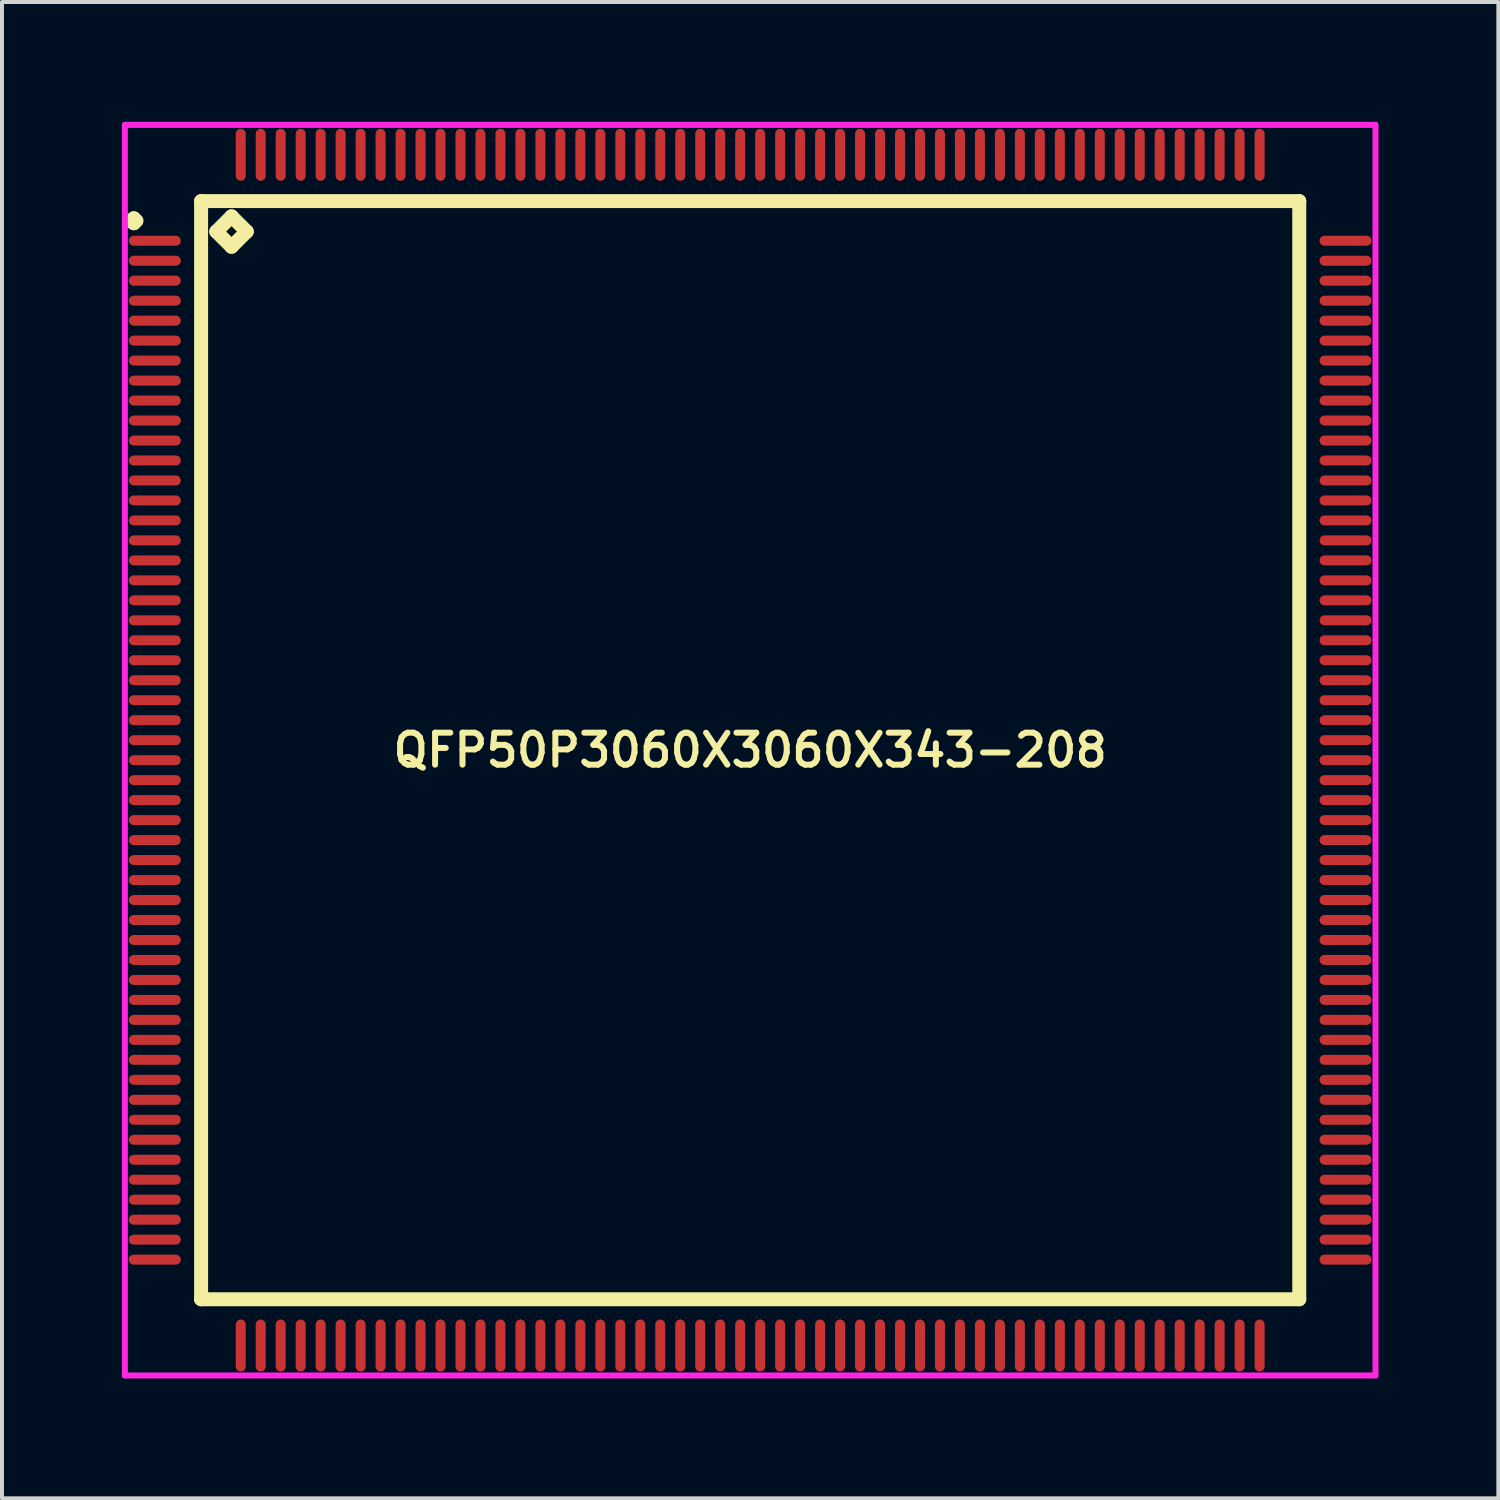
<source format=kicad_pcb>
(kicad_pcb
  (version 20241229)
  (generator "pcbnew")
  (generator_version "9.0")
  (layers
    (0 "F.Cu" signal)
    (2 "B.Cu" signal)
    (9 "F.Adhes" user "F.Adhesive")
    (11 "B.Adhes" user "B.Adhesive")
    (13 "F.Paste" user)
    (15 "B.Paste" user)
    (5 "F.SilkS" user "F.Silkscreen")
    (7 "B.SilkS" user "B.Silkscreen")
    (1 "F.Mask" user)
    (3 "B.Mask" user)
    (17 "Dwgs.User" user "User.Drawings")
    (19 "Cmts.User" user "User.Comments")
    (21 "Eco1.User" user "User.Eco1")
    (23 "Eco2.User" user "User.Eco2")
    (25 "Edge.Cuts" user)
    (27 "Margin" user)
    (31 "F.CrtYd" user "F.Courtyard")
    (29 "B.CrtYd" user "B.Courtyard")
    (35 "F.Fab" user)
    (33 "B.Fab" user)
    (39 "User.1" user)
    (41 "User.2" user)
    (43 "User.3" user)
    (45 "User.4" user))
  (footprint "QFP50P3060X3060X343-208"
    (layer "F.Cu")
    (at 15.725 15.725)
    (property "Reference" "QFP50P3060X3060X343-208" (at 0 0 0) (layer "F.SilkS") (effects (font (size 0.8 0.8) (thickness 0.15))))
    (attr smd)
    (fp_line (start -15.488 -13.25) (end -15.425 -13.312) (stroke (width 0.35) (type solid)) (layer "F.SilkS"))
    (fp_line (start -15.425 -13.312) (end -15.363 -13.25) (stroke (width 0.35) (type solid)) (layer "F.SilkS"))
    (fp_line (start -15.425 -13.188) (end -15.488 -13.25) (stroke (width 0.35) (type solid)) (layer "F.SilkS"))
    (fp_line (start -15.363 -13.25) (end -15.425 -13.188) (stroke (width 0.35) (type solid)) (layer "F.SilkS"))
    (fp_line (start -13.742 -13.742) (end -13.742 13.742) (stroke (width 0.35) (type solid)) (layer "F.SilkS"))
    (fp_line (start -13.742 13.742) (end 13.742 13.742) (stroke (width 0.35) (type solid)) (layer "F.SilkS"))
    (fp_line (start -13.361 -12.98) (end -12.98 -13.361) (stroke (width 0.35) (type solid)) (layer "F.SilkS"))
    (fp_line (start -12.98 -13.361) (end -12.599 -12.98) (stroke (width 0.35) (type solid)) (layer "F.SilkS"))
    (fp_line (start -12.98 -12.599) (end -13.361 -12.98) (stroke (width 0.35) (type solid)) (layer "F.SilkS"))
    (fp_line (start -12.599 -12.98) (end -12.98 -12.599) (stroke (width 0.35) (type solid)) (layer "F.SilkS"))
    (fp_line (start 13.742 -13.742) (end -13.742 -13.742) (stroke (width 0.35) (type solid)) (layer "F.SilkS"))
    (fp_line (start 13.742 13.742) (end 13.742 -13.742) (stroke (width 0.35) (type solid)) (layer "F.SilkS"))
    (fp_line (start -15.65 -15.65) (end 15.65 -15.65) (stroke (width 0.15) (type solid)) (layer "F.CrtYd"))
    (fp_line (start -15.65 15.65) (end -15.65 -15.65) (stroke (width 0.15) (type solid)) (layer "F.CrtYd"))
    (fp_line (start 15.65 -15.65) (end 15.65 15.65) (stroke (width 0.15) (type solid)) (layer "F.CrtYd"))
    (fp_line (start 15.65 15.65) (end -15.65 15.65) (stroke (width 0.15) (type solid)) (layer "F.CrtYd"))
    (pad "1" smd oval (at -14.9 -12.75) (size 1.3 0.25) (layers "F.Cu" "F.Mask" "F.Paste"))
    (pad "2" smd oval (at -14.9 -12.25) (size 1.3 0.25) (layers "F.Cu" "F.Mask" "F.Paste"))
    (pad "3" smd oval (at -14.9 -11.75) (size 1.3 0.25) (layers "F.Cu" "F.Mask" "F.Paste"))
    (pad "4" smd oval (at -14.9 -11.25) (size 1.3 0.25) (layers "F.Cu" "F.Mask" "F.Paste"))
    (pad "5" smd oval (at -14.9 -10.75) (size 1.3 0.25) (layers "F.Cu" "F.Mask" "F.Paste"))
    (pad "6" smd oval (at -14.9 -10.25) (size 1.3 0.25) (layers "F.Cu" "F.Mask" "F.Paste"))
    (pad "7" smd oval (at -14.9 -9.75) (size 1.3 0.25) (layers "F.Cu" "F.Mask" "F.Paste"))
    (pad "8" smd oval (at -14.9 -9.25) (size 1.3 0.25) (layers "F.Cu" "F.Mask" "F.Paste"))
    (pad "9" smd oval (at -14.9 -8.75) (size 1.3 0.25) (layers "F.Cu" "F.Mask" "F.Paste"))
    (pad "10" smd oval (at -14.9 -8.25) (size 1.3 0.25) (layers "F.Cu" "F.Mask" "F.Paste"))
    (pad "11" smd oval (at -14.9 -7.75) (size 1.3 0.25) (layers "F.Cu" "F.Mask" "F.Paste"))
    (pad "12" smd oval (at -14.9 -7.25) (size 1.3 0.25) (layers "F.Cu" "F.Mask" "F.Paste"))
    (pad "13" smd oval (at -14.9 -6.75) (size 1.3 0.25) (layers "F.Cu" "F.Mask" "F.Paste"))
    (pad "14" smd oval (at -14.9 -6.25) (size 1.3 0.25) (layers "F.Cu" "F.Mask" "F.Paste"))
    (pad "15" smd oval (at -14.9 -5.75) (size 1.3 0.25) (layers "F.Cu" "F.Mask" "F.Paste"))
    (pad "16" smd oval (at -14.9 -5.25) (size 1.3 0.25) (layers "F.Cu" "F.Mask" "F.Paste"))
    (pad "17" smd oval (at -14.9 -4.75) (size 1.3 0.25) (layers "F.Cu" "F.Mask" "F.Paste"))
    (pad "18" smd oval (at -14.9 -4.25) (size 1.3 0.25) (layers "F.Cu" "F.Mask" "F.Paste"))
    (pad "19" smd oval (at -14.9 -3.75) (size 1.3 0.25) (layers "F.Cu" "F.Mask" "F.Paste"))
    (pad "20" smd oval (at -14.9 -3.25) (size 1.3 0.25) (layers "F.Cu" "F.Mask" "F.Paste"))
    (pad "21" smd oval (at -14.9 -2.75) (size 1.3 0.25) (layers "F.Cu" "F.Mask" "F.Paste"))
    (pad "22" smd oval (at -14.9 -2.25) (size 1.3 0.25) (layers "F.Cu" "F.Mask" "F.Paste"))
    (pad "23" smd oval (at -14.9 -1.75) (size 1.3 0.25) (layers "F.Cu" "F.Mask" "F.Paste"))
    (pad "24" smd oval (at -14.9 -1.25) (size 1.3 0.25) (layers "F.Cu" "F.Mask" "F.Paste"))
    (pad "25" smd oval (at -14.9 -0.75) (size 1.3 0.25) (layers "F.Cu" "F.Mask" "F.Paste"))
    (pad "26" smd oval (at -14.9 -0.25) (size 1.3 0.25) (layers "F.Cu" "F.Mask" "F.Paste"))
    (pad "27" smd oval (at -14.9 0.25) (size 1.3 0.25) (layers "F.Cu" "F.Mask" "F.Paste"))
    (pad "28" smd oval (at -14.9 0.75) (size 1.3 0.25) (layers "F.Cu" "F.Mask" "F.Paste"))
    (pad "29" smd oval (at -14.9 1.25) (size 1.3 0.25) (layers "F.Cu" "F.Mask" "F.Paste"))
    (pad "30" smd oval (at -14.9 1.75) (size 1.3 0.25) (layers "F.Cu" "F.Mask" "F.Paste"))
    (pad "31" smd oval (at -14.9 2.25) (size 1.3 0.25) (layers "F.Cu" "F.Mask" "F.Paste"))
    (pad "32" smd oval (at -14.9 2.75) (size 1.3 0.25) (layers "F.Cu" "F.Mask" "F.Paste"))
    (pad "33" smd oval (at -14.9 3.25) (size 1.3 0.25) (layers "F.Cu" "F.Mask" "F.Paste"))
    (pad "34" smd oval (at -14.9 3.75) (size 1.3 0.25) (layers "F.Cu" "F.Mask" "F.Paste"))
    (pad "35" smd oval (at -14.9 4.25) (size 1.3 0.25) (layers "F.Cu" "F.Mask" "F.Paste"))
    (pad "36" smd oval (at -14.9 4.75) (size 1.3 0.25) (layers "F.Cu" "F.Mask" "F.Paste"))
    (pad "37" smd oval (at -14.9 5.25) (size 1.3 0.25) (layers "F.Cu" "F.Mask" "F.Paste"))
    (pad "38" smd oval (at -14.9 5.75) (size 1.3 0.25) (layers "F.Cu" "F.Mask" "F.Paste"))
    (pad "39" smd oval (at -14.9 6.25) (size 1.3 0.25) (layers "F.Cu" "F.Mask" "F.Paste"))
    (pad "40" smd oval (at -14.9 6.75) (size 1.3 0.25) (layers "F.Cu" "F.Mask" "F.Paste"))
    (pad "41" smd oval (at -14.9 7.25) (size 1.3 0.25) (layers "F.Cu" "F.Mask" "F.Paste"))
    (pad "42" smd oval (at -14.9 7.75) (size 1.3 0.25) (layers "F.Cu" "F.Mask" "F.Paste"))
    (pad "43" smd oval (at -14.9 8.25) (size 1.3 0.25) (layers "F.Cu" "F.Mask" "F.Paste"))
    (pad "44" smd oval (at -14.9 8.75) (size 1.3 0.25) (layers "F.Cu" "F.Mask" "F.Paste"))
    (pad "45" smd oval (at -14.9 9.25) (size 1.3 0.25) (layers "F.Cu" "F.Mask" "F.Paste"))
    (pad "46" smd oval (at -14.9 9.75) (size 1.3 0.25) (layers "F.Cu" "F.Mask" "F.Paste"))
    (pad "47" smd oval (at -14.9 10.25) (size 1.3 0.25) (layers "F.Cu" "F.Mask" "F.Paste"))
    (pad "48" smd oval (at -14.9 10.75) (size 1.3 0.25) (layers "F.Cu" "F.Mask" "F.Paste"))
    (pad "49" smd oval (at -14.9 11.25) (size 1.3 0.25) (layers "F.Cu" "F.Mask" "F.Paste"))
    (pad "50" smd oval (at -14.9 11.75) (size 1.3 0.25) (layers "F.Cu" "F.Mask" "F.Paste"))
    (pad "51" smd oval (at -14.9 12.25) (size 1.3 0.25) (layers "F.Cu" "F.Mask" "F.Paste"))
    (pad "52" smd oval (at -14.9 12.75) (size 1.3 0.25) (layers "F.Cu" "F.Mask" "F.Paste"))
    (pad "53" smd oval (at -12.75 14.9) (size 0.25 1.3) (layers "F.Cu" "F.Mask" "F.Paste"))
    (pad "54" smd oval (at -12.25 14.9) (size 0.25 1.3) (layers "F.Cu" "F.Mask" "F.Paste"))
    (pad "55" smd oval (at -11.75 14.9) (size 0.25 1.3) (layers "F.Cu" "F.Mask" "F.Paste"))
    (pad "56" smd oval (at -11.25 14.9) (size 0.25 1.3) (layers "F.Cu" "F.Mask" "F.Paste"))
    (pad "57" smd oval (at -10.75 14.9) (size 0.25 1.3) (layers "F.Cu" "F.Mask" "F.Paste"))
    (pad "58" smd oval (at -10.25 14.9) (size 0.25 1.3) (layers "F.Cu" "F.Mask" "F.Paste"))
    (pad "59" smd oval (at -9.75 14.9) (size 0.25 1.3) (layers "F.Cu" "F.Mask" "F.Paste"))
    (pad "60" smd oval (at -9.25 14.9) (size 0.25 1.3) (layers "F.Cu" "F.Mask" "F.Paste"))
    (pad "61" smd oval (at -8.75 14.9) (size 0.25 1.3) (layers "F.Cu" "F.Mask" "F.Paste"))
    (pad "62" smd oval (at -8.25 14.9) (size 0.25 1.3) (layers "F.Cu" "F.Mask" "F.Paste"))
    (pad "63" smd oval (at -7.75 14.9) (size 0.25 1.3) (layers "F.Cu" "F.Mask" "F.Paste"))
    (pad "64" smd oval (at -7.25 14.9) (size 0.25 1.3) (layers "F.Cu" "F.Mask" "F.Paste"))
    (pad "65" smd oval (at -6.75 14.9) (size 0.25 1.3) (layers "F.Cu" "F.Mask" "F.Paste"))
    (pad "66" smd oval (at -6.25 14.9) (size 0.25 1.3) (layers "F.Cu" "F.Mask" "F.Paste"))
    (pad "67" smd oval (at -5.75 14.9) (size 0.25 1.3) (layers "F.Cu" "F.Mask" "F.Paste"))
    (pad "68" smd oval (at -5.25 14.9) (size 0.25 1.3) (layers "F.Cu" "F.Mask" "F.Paste"))
    (pad "69" smd oval (at -4.75 14.9) (size 0.25 1.3) (layers "F.Cu" "F.Mask" "F.Paste"))
    (pad "70" smd oval (at -4.25 14.9) (size 0.25 1.3) (layers "F.Cu" "F.Mask" "F.Paste"))
    (pad "71" smd oval (at -3.75 14.9) (size 0.25 1.3) (layers "F.Cu" "F.Mask" "F.Paste"))
    (pad "72" smd oval (at -3.25 14.9) (size 0.25 1.3) (layers "F.Cu" "F.Mask" "F.Paste"))
    (pad "73" smd oval (at -2.75 14.9) (size 0.25 1.3) (layers "F.Cu" "F.Mask" "F.Paste"))
    (pad "74" smd oval (at -2.25 14.9) (size 0.25 1.3) (layers "F.Cu" "F.Mask" "F.Paste"))
    (pad "75" smd oval (at -1.75 14.9) (size 0.25 1.3) (layers "F.Cu" "F.Mask" "F.Paste"))
    (pad "76" smd oval (at -1.25 14.9) (size 0.25 1.3) (layers "F.Cu" "F.Mask" "F.Paste"))
    (pad "77" smd oval (at -0.75 14.9) (size 0.25 1.3) (layers "F.Cu" "F.Mask" "F.Paste"))
    (pad "78" smd oval (at -0.25 14.9) (size 0.25 1.3) (layers "F.Cu" "F.Mask" "F.Paste"))
    (pad "79" smd oval (at 0.25 14.9) (size 0.25 1.3) (layers "F.Cu" "F.Mask" "F.Paste"))
    (pad "80" smd oval (at 0.75 14.9) (size 0.25 1.3) (layers "F.Cu" "F.Mask" "F.Paste"))
    (pad "81" smd oval (at 1.25 14.9) (size 0.25 1.3) (layers "F.Cu" "F.Mask" "F.Paste"))
    (pad "82" smd oval (at 1.75 14.9) (size 0.25 1.3) (layers "F.Cu" "F.Mask" "F.Paste"))
    (pad "83" smd oval (at 2.25 14.9) (size 0.25 1.3) (layers "F.Cu" "F.Mask" "F.Paste"))
    (pad "84" smd oval (at 2.75 14.9) (size 0.25 1.3) (layers "F.Cu" "F.Mask" "F.Paste"))
    (pad "85" smd oval (at 3.25 14.9) (size 0.25 1.3) (layers "F.Cu" "F.Mask" "F.Paste"))
    (pad "86" smd oval (at 3.75 14.9) (size 0.25 1.3) (layers "F.Cu" "F.Mask" "F.Paste"))
    (pad "87" smd oval (at 4.25 14.9) (size 0.25 1.3) (layers "F.Cu" "F.Mask" "F.Paste"))
    (pad "88" smd oval (at 4.75 14.9) (size 0.25 1.3) (layers "F.Cu" "F.Mask" "F.Paste"))
    (pad "89" smd oval (at 5.25 14.9) (size 0.25 1.3) (layers "F.Cu" "F.Mask" "F.Paste"))
    (pad "90" smd oval (at 5.75 14.9) (size 0.25 1.3) (layers "F.Cu" "F.Mask" "F.Paste"))
    (pad "91" smd oval (at 6.25 14.9) (size 0.25 1.3) (layers "F.Cu" "F.Mask" "F.Paste"))
    (pad "92" smd oval (at 6.75 14.9) (size 0.25 1.3) (layers "F.Cu" "F.Mask" "F.Paste"))
    (pad "93" smd oval (at 7.25 14.9) (size 0.25 1.3) (layers "F.Cu" "F.Mask" "F.Paste"))
    (pad "94" smd oval (at 7.75 14.9) (size 0.25 1.3) (layers "F.Cu" "F.Mask" "F.Paste"))
    (pad "95" smd oval (at 8.25 14.9) (size 0.25 1.3) (layers "F.Cu" "F.Mask" "F.Paste"))
    (pad "96" smd oval (at 8.75 14.9) (size 0.25 1.3) (layers "F.Cu" "F.Mask" "F.Paste"))
    (pad "97" smd oval (at 9.25 14.9) (size 0.25 1.3) (layers "F.Cu" "F.Mask" "F.Paste"))
    (pad "98" smd oval (at 9.75 14.9) (size 0.25 1.3) (layers "F.Cu" "F.Mask" "F.Paste"))
    (pad "99" smd oval (at 10.25 14.9) (size 0.25 1.3) (layers "F.Cu" "F.Mask" "F.Paste"))
    (pad "100" smd oval (at 10.75 14.9) (size 0.25 1.3) (layers "F.Cu" "F.Mask" "F.Paste"))
    (pad "101" smd oval (at 11.25 14.9) (size 0.25 1.3) (layers "F.Cu" "F.Mask" "F.Paste"))
    (pad "102" smd oval (at 11.75 14.9) (size 0.25 1.3) (layers "F.Cu" "F.Mask" "F.Paste"))
    (pad "103" smd oval (at 12.25 14.9) (size 0.25 1.3) (layers "F.Cu" "F.Mask" "F.Paste"))
    (pad "104" smd oval (at 12.75 14.9) (size 0.25 1.3) (layers "F.Cu" "F.Mask" "F.Paste"))
    (pad "105" smd oval (at 14.9 12.75) (size 1.3 0.25) (layers "F.Cu" "F.Mask" "F.Paste"))
    (pad "106" smd oval (at 14.9 12.25) (size 1.3 0.25) (layers "F.Cu" "F.Mask" "F.Paste"))
    (pad "107" smd oval (at 14.9 11.75) (size 1.3 0.25) (layers "F.Cu" "F.Mask" "F.Paste"))
    (pad "108" smd oval (at 14.9 11.25) (size 1.3 0.25) (layers "F.Cu" "F.Mask" "F.Paste"))
    (pad "109" smd oval (at 14.9 10.75) (size 1.3 0.25) (layers "F.Cu" "F.Mask" "F.Paste"))
    (pad "110" smd oval (at 14.9 10.25) (size 1.3 0.25) (layers "F.Cu" "F.Mask" "F.Paste"))
    (pad "111" smd oval (at 14.9 9.75) (size 1.3 0.25) (layers "F.Cu" "F.Mask" "F.Paste"))
    (pad "112" smd oval (at 14.9 9.25) (size 1.3 0.25) (layers "F.Cu" "F.Mask" "F.Paste"))
    (pad "113" smd oval (at 14.9 8.75) (size 1.3 0.25) (layers "F.Cu" "F.Mask" "F.Paste"))
    (pad "114" smd oval (at 14.9 8.25) (size 1.3 0.25) (layers "F.Cu" "F.Mask" "F.Paste"))
    (pad "115" smd oval (at 14.9 7.75) (size 1.3 0.25) (layers "F.Cu" "F.Mask" "F.Paste"))
    (pad "116" smd oval (at 14.9 7.25) (size 1.3 0.25) (layers "F.Cu" "F.Mask" "F.Paste"))
    (pad "117" smd oval (at 14.9 6.75) (size 1.3 0.25) (layers "F.Cu" "F.Mask" "F.Paste"))
    (pad "118" smd oval (at 14.9 6.25) (size 1.3 0.25) (layers "F.Cu" "F.Mask" "F.Paste"))
    (pad "119" smd oval (at 14.9 5.75) (size 1.3 0.25) (layers "F.Cu" "F.Mask" "F.Paste"))
    (pad "120" smd oval (at 14.9 5.25) (size 1.3 0.25) (layers "F.Cu" "F.Mask" "F.Paste"))
    (pad "121" smd oval (at 14.9 4.75) (size 1.3 0.25) (layers "F.Cu" "F.Mask" "F.Paste"))
    (pad "122" smd oval (at 14.9 4.25) (size 1.3 0.25) (layers "F.Cu" "F.Mask" "F.Paste"))
    (pad "123" smd oval (at 14.9 3.75) (size 1.3 0.25) (layers "F.Cu" "F.Mask" "F.Paste"))
    (pad "124" smd oval (at 14.9 3.25) (size 1.3 0.25) (layers "F.Cu" "F.Mask" "F.Paste"))
    (pad "125" smd oval (at 14.9 2.75) (size 1.3 0.25) (layers "F.Cu" "F.Mask" "F.Paste"))
    (pad "126" smd oval (at 14.9 2.25) (size 1.3 0.25) (layers "F.Cu" "F.Mask" "F.Paste"))
    (pad "127" smd oval (at 14.9 1.75) (size 1.3 0.25) (layers "F.Cu" "F.Mask" "F.Paste"))
    (pad "128" smd oval (at 14.9 1.25) (size 1.3 0.25) (layers "F.Cu" "F.Mask" "F.Paste"))
    (pad "129" smd oval (at 14.9 0.75) (size 1.3 0.25) (layers "F.Cu" "F.Mask" "F.Paste"))
    (pad "130" smd oval (at 14.9 0.25) (size 1.3 0.25) (layers "F.Cu" "F.Mask" "F.Paste"))
    (pad "131" smd oval (at 14.9 -0.25) (size 1.3 0.25) (layers "F.Cu" "F.Mask" "F.Paste"))
    (pad "132" smd oval (at 14.9 -0.75) (size 1.3 0.25) (layers "F.Cu" "F.Mask" "F.Paste"))
    (pad "133" smd oval (at 14.9 -1.25) (size 1.3 0.25) (layers "F.Cu" "F.Mask" "F.Paste"))
    (pad "134" smd oval (at 14.9 -1.75) (size 1.3 0.25) (layers "F.Cu" "F.Mask" "F.Paste"))
    (pad "135" smd oval (at 14.9 -2.25) (size 1.3 0.25) (layers "F.Cu" "F.Mask" "F.Paste"))
    (pad "136" smd oval (at 14.9 -2.75) (size 1.3 0.25) (layers "F.Cu" "F.Mask" "F.Paste"))
    (pad "137" smd oval (at 14.9 -3.25) (size 1.3 0.25) (layers "F.Cu" "F.Mask" "F.Paste"))
    (pad "138" smd oval (at 14.9 -3.75) (size 1.3 0.25) (layers "F.Cu" "F.Mask" "F.Paste"))
    (pad "139" smd oval (at 14.9 -4.25) (size 1.3 0.25) (layers "F.Cu" "F.Mask" "F.Paste"))
    (pad "140" smd oval (at 14.9 -4.75) (size 1.3 0.25) (layers "F.Cu" "F.Mask" "F.Paste"))
    (pad "141" smd oval (at 14.9 -5.25) (size 1.3 0.25) (layers "F.Cu" "F.Mask" "F.Paste"))
    (pad "142" smd oval (at 14.9 -5.75) (size 1.3 0.25) (layers "F.Cu" "F.Mask" "F.Paste"))
    (pad "143" smd oval (at 14.9 -6.25) (size 1.3 0.25) (layers "F.Cu" "F.Mask" "F.Paste"))
    (pad "144" smd oval (at 14.9 -6.75) (size 1.3 0.25) (layers "F.Cu" "F.Mask" "F.Paste"))
    (pad "145" smd oval (at 14.9 -7.25) (size 1.3 0.25) (layers "F.Cu" "F.Mask" "F.Paste"))
    (pad "146" smd oval (at 14.9 -7.75) (size 1.3 0.25) (layers "F.Cu" "F.Mask" "F.Paste"))
    (pad "147" smd oval (at 14.9 -8.25) (size 1.3 0.25) (layers "F.Cu" "F.Mask" "F.Paste"))
    (pad "148" smd oval (at 14.9 -8.75) (size 1.3 0.25) (layers "F.Cu" "F.Mask" "F.Paste"))
    (pad "149" smd oval (at 14.9 -9.25) (size 1.3 0.25) (layers "F.Cu" "F.Mask" "F.Paste"))
    (pad "150" smd oval (at 14.9 -9.75) (size 1.3 0.25) (layers "F.Cu" "F.Mask" "F.Paste"))
    (pad "151" smd oval (at 14.9 -10.25) (size 1.3 0.25) (layers "F.Cu" "F.Mask" "F.Paste"))
    (pad "152" smd oval (at 14.9 -10.75) (size 1.3 0.25) (layers "F.Cu" "F.Mask" "F.Paste"))
    (pad "153" smd oval (at 14.9 -11.25) (size 1.3 0.25) (layers "F.Cu" "F.Mask" "F.Paste"))
    (pad "154" smd oval (at 14.9 -11.75) (size 1.3 0.25) (layers "F.Cu" "F.Mask" "F.Paste"))
    (pad "155" smd oval (at 14.9 -12.25) (size 1.3 0.25) (layers "F.Cu" "F.Mask" "F.Paste"))
    (pad "156" smd oval (at 14.9 -12.75) (size 1.3 0.25) (layers "F.Cu" "F.Mask" "F.Paste"))
    (pad "157" smd oval (at 12.75 -14.9) (size 0.25 1.3) (layers "F.Cu" "F.Mask" "F.Paste"))
    (pad "158" smd oval (at 12.25 -14.9) (size 0.25 1.3) (layers "F.Cu" "F.Mask" "F.Paste"))
    (pad "159" smd oval (at 11.75 -14.9) (size 0.25 1.3) (layers "F.Cu" "F.Mask" "F.Paste"))
    (pad "160" smd oval (at 11.25 -14.9) (size 0.25 1.3) (layers "F.Cu" "F.Mask" "F.Paste"))
    (pad "161" smd oval (at 10.75 -14.9) (size 0.25 1.3) (layers "F.Cu" "F.Mask" "F.Paste"))
    (pad "162" smd oval (at 10.25 -14.9) (size 0.25 1.3) (layers "F.Cu" "F.Mask" "F.Paste"))
    (pad "163" smd oval (at 9.75 -14.9) (size 0.25 1.3) (layers "F.Cu" "F.Mask" "F.Paste"))
    (pad "164" smd oval (at 9.25 -14.9) (size 0.25 1.3) (layers "F.Cu" "F.Mask" "F.Paste"))
    (pad "165" smd oval (at 8.75 -14.9) (size 0.25 1.3) (layers "F.Cu" "F.Mask" "F.Paste"))
    (pad "166" smd oval (at 8.25 -14.9) (size 0.25 1.3) (layers "F.Cu" "F.Mask" "F.Paste"))
    (pad "167" smd oval (at 7.75 -14.9) (size 0.25 1.3) (layers "F.Cu" "F.Mask" "F.Paste"))
    (pad "168" smd oval (at 7.25 -14.9) (size 0.25 1.3) (layers "F.Cu" "F.Mask" "F.Paste"))
    (pad "169" smd oval (at 6.75 -14.9) (size 0.25 1.3) (layers "F.Cu" "F.Mask" "F.Paste"))
    (pad "170" smd oval (at 6.25 -14.9) (size 0.25 1.3) (layers "F.Cu" "F.Mask" "F.Paste"))
    (pad "171" smd oval (at 5.75 -14.9) (size 0.25 1.3) (layers "F.Cu" "F.Mask" "F.Paste"))
    (pad "172" smd oval (at 5.25 -14.9) (size 0.25 1.3) (layers "F.Cu" "F.Mask" "F.Paste"))
    (pad "173" smd oval (at 4.75 -14.9) (size 0.25 1.3) (layers "F.Cu" "F.Mask" "F.Paste"))
    (pad "174" smd oval (at 4.25 -14.9) (size 0.25 1.3) (layers "F.Cu" "F.Mask" "F.Paste"))
    (pad "175" smd oval (at 3.75 -14.9) (size 0.25 1.3) (layers "F.Cu" "F.Mask" "F.Paste"))
    (pad "176" smd oval (at 3.25 -14.9) (size 0.25 1.3) (layers "F.Cu" "F.Mask" "F.Paste"))
    (pad "177" smd oval (at 2.75 -14.9) (size 0.25 1.3) (layers "F.Cu" "F.Mask" "F.Paste"))
    (pad "178" smd oval (at 2.25 -14.9) (size 0.25 1.3) (layers "F.Cu" "F.Mask" "F.Paste"))
    (pad "179" smd oval (at 1.75 -14.9) (size 0.25 1.3) (layers "F.Cu" "F.Mask" "F.Paste"))
    (pad "180" smd oval (at 1.25 -14.9) (size 0.25 1.3) (layers "F.Cu" "F.Mask" "F.Paste"))
    (pad "181" smd oval (at 0.75 -14.9) (size 0.25 1.3) (layers "F.Cu" "F.Mask" "F.Paste"))
    (pad "182" smd oval (at 0.25 -14.9) (size 0.25 1.3) (layers "F.Cu" "F.Mask" "F.Paste"))
    (pad "183" smd oval (at -0.25 -14.9) (size 0.25 1.3) (layers "F.Cu" "F.Mask" "F.Paste"))
    (pad "184" smd oval (at -0.75 -14.9) (size 0.25 1.3) (layers "F.Cu" "F.Mask" "F.Paste"))
    (pad "185" smd oval (at -1.25 -14.9) (size 0.25 1.3) (layers "F.Cu" "F.Mask" "F.Paste"))
    (pad "186" smd oval (at -1.75 -14.9) (size 0.25 1.3) (layers "F.Cu" "F.Mask" "F.Paste"))
    (pad "187" smd oval (at -2.25 -14.9) (size 0.25 1.3) (layers "F.Cu" "F.Mask" "F.Paste"))
    (pad "188" smd oval (at -2.75 -14.9) (size 0.25 1.3) (layers "F.Cu" "F.Mask" "F.Paste"))
    (pad "189" smd oval (at -3.25 -14.9) (size 0.25 1.3) (layers "F.Cu" "F.Mask" "F.Paste"))
    (pad "190" smd oval (at -3.75 -14.9) (size 0.25 1.3) (layers "F.Cu" "F.Mask" "F.Paste"))
    (pad "191" smd oval (at -4.25 -14.9) (size 0.25 1.3) (layers "F.Cu" "F.Mask" "F.Paste"))
    (pad "192" smd oval (at -4.75 -14.9) (size 0.25 1.3) (layers "F.Cu" "F.Mask" "F.Paste"))
    (pad "193" smd oval (at -5.25 -14.9) (size 0.25 1.3) (layers "F.Cu" "F.Mask" "F.Paste"))
    (pad "194" smd oval (at -5.75 -14.9) (size 0.25 1.3) (layers "F.Cu" "F.Mask" "F.Paste"))
    (pad "195" smd oval (at -6.25 -14.9) (size 0.25 1.3) (layers "F.Cu" "F.Mask" "F.Paste"))
    (pad "196" smd oval (at -6.75 -14.9) (size 0.25 1.3) (layers "F.Cu" "F.Mask" "F.Paste"))
    (pad "197" smd oval (at -7.25 -14.9) (size 0.25 1.3) (layers "F.Cu" "F.Mask" "F.Paste"))
    (pad "198" smd oval (at -7.75 -14.9) (size 0.25 1.3) (layers "F.Cu" "F.Mask" "F.Paste"))
    (pad "199" smd oval (at -8.25 -14.9) (size 0.25 1.3) (layers "F.Cu" "F.Mask" "F.Paste"))
    (pad "200" smd oval (at -8.75 -14.9) (size 0.25 1.3) (layers "F.Cu" "F.Mask" "F.Paste"))
    (pad "201" smd oval (at -9.25 -14.9) (size 0.25 1.3) (layers "F.Cu" "F.Mask" "F.Paste"))
    (pad "202" smd oval (at -9.75 -14.9) (size 0.25 1.3) (layers "F.Cu" "F.Mask" "F.Paste"))
    (pad "203" smd oval (at -10.25 -14.9) (size 0.25 1.3) (layers "F.Cu" "F.Mask" "F.Paste"))
    (pad "204" smd oval (at -10.75 -14.9) (size 0.25 1.3) (layers "F.Cu" "F.Mask" "F.Paste"))
    (pad "205" smd oval (at -11.25 -14.9) (size 0.25 1.3) (layers "F.Cu" "F.Mask" "F.Paste"))
    (pad "206" smd oval (at -11.75 -14.9) (size 0.25 1.3) (layers "F.Cu" "F.Mask" "F.Paste"))
    (pad "207" smd oval (at -12.25 -14.9) (size 0.25 1.3) (layers "F.Cu" "F.Mask" "F.Paste"))
    (pad "208" smd oval (at -12.75 -14.9) (size 0.25 1.3) (layers "F.Cu" "F.Mask" "F.Paste")))
  (gr_rect
    (start -3 -3)
    (end 34.45 34.45)
    (stroke (width 0.1) (type default))
    (fill no)
    (layer "Edge.Cuts")))
</source>
